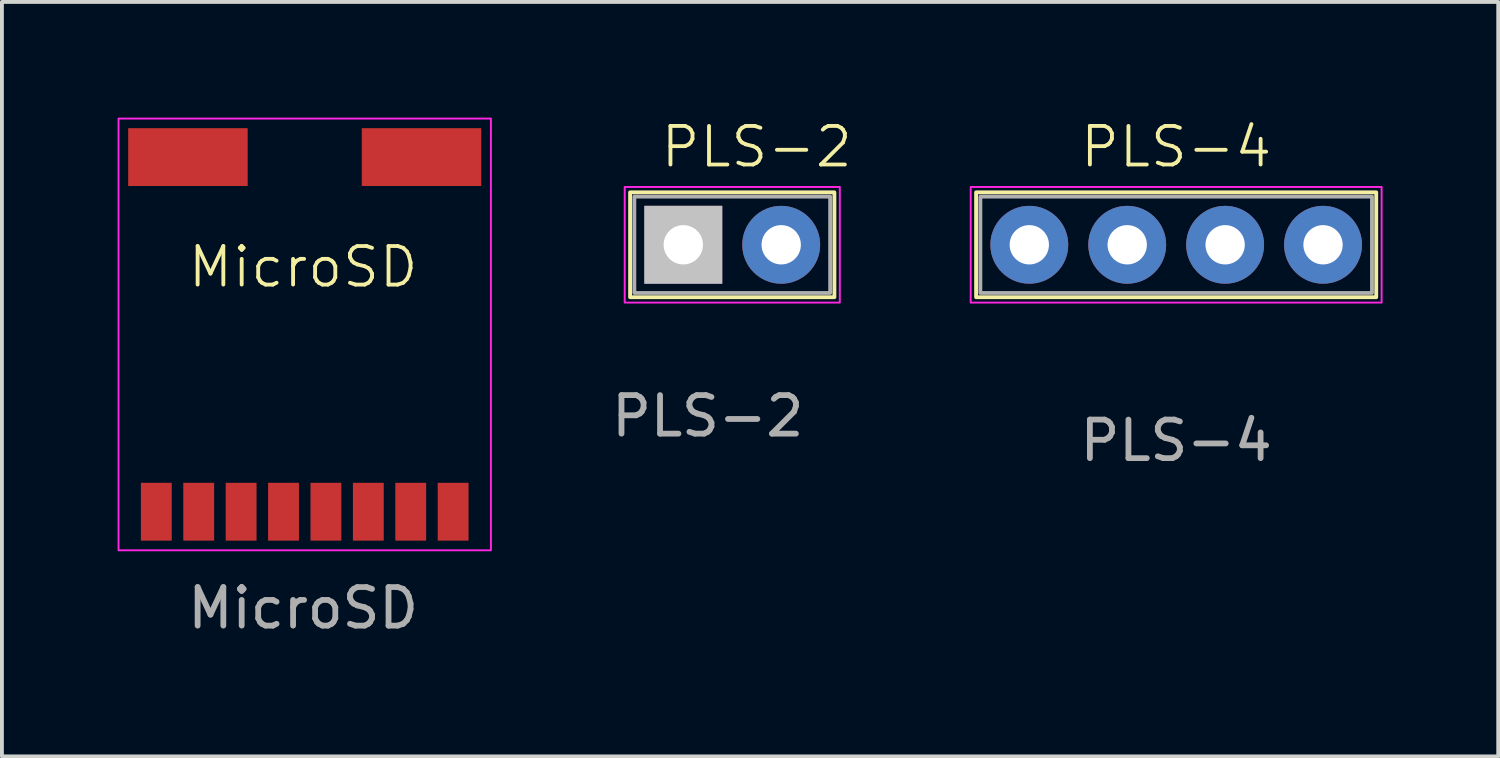
<source format=kicad_pcb>
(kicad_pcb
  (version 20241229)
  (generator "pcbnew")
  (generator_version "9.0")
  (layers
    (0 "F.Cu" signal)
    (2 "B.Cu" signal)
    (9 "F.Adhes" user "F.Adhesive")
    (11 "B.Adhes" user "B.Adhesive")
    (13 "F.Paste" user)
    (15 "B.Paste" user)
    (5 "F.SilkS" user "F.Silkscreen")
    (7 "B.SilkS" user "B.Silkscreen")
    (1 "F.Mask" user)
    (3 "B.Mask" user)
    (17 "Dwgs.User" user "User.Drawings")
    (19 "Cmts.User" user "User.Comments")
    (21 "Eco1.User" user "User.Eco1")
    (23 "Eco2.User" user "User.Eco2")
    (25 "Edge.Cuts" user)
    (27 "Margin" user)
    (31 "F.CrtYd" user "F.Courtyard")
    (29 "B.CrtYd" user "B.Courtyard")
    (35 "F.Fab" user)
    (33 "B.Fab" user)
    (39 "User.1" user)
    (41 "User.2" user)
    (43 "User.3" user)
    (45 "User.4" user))
  (footprint "PLS-2"
    (layer "F.Cu")
    (at 14.676 3.3)
    (property "Reference" "PLS-2" (at 1.905 -2.54 0) (unlocked yes) (layer "F.SilkS") (effects (font (size 1 1) (thickness 0.1))))
    (attr smd)
    (fp_rect (start -1.38 -1.36) (end 3.92 1.36) (stroke (width 0.1) (type solid)) (fill no) (layer "F.SilkS"))
    (fp_rect (start -1.52 -1.5) (end 4.06 1.5) (stroke (width 0.05) (type solid)) (fill no) (layer "F.CrtYd"))
    (fp_rect (start -1.27 -1.25) (end 3.81 1.25) (stroke (width 0.1) (type solid)) (fill no) (layer "F.Fab"))
    (fp_text user "${REFERENCE}" (at 0.635 4.445 0) (unlocked yes) (layer "F.Fab") (effects (font (size 1 1) (thickness 0.15))))
    (pad "1" thru_hole rect (at 0 0) (size 2.02 2.02) (drill 1.02) (layers "*.Cu" "*.Mask" "Dwgs.User"))
    (pad "2" thru_hole circle (at 2.54 0) (size 2.02 2.02) (drill 1.02) (layers "*.Cu" "*.Mask")))
  (footprint "PLS-4"
    (layer "F.Cu")
    (at 23.652 3.3)
    (property "Reference" "PLS-4" (at 3.81 -2.54 0) (unlocked yes) (layer "F.SilkS") (effects (font (size 1 1) (thickness 0.1))))
    (attr through_hole)
    (fp_rect (start -1.38 -1.36) (end 9 1.36) (stroke (width 0.1) (type solid)) (fill no) (layer "F.SilkS"))
    (fp_rect (start -1.52 -1.5) (end 9.14 1.5) (stroke (width 0.05) (type solid)) (fill no) (layer "F.CrtYd"))
    (fp_rect (start -1.27 -1.25) (end 8.89 1.25) (stroke (width 0.1) (type solid)) (fill no) (layer "F.Fab"))
    (fp_text user "${REFERENCE}" (at 3.81 5.08 0) (unlocked yes) (layer "F.Fab") (effects (font (size 1 1) (thickness 0.15))))
    (pad "1" thru_hole circle (at 0 0) (size 2.02 2.02) (drill 1.02) (layers "*.Cu" "*.Mask"))
    (pad "2" thru_hole circle (at 2.54 0) (size 2.02 2.02) (drill 1.02) (layers "*.Cu" "*.Mask"))
    (pad "3" thru_hole circle (at 5.08 0) (size 2.02 2.02) (drill 1.02) (layers "*.Cu" "*.Mask"))
    (pad "4" thru_hole circle (at 7.62 0) (size 2.02 2.02) (drill 1.02) (layers "*.Cu" "*.Mask")))
  (footprint "MicroSD"
    (layer "F.Cu")
    (at 1.005 10.225)
    (property "Reference" "MicroSD" (at 3.81 -6.35 0) (unlocked yes) (layer "F.SilkS") (effects (font (size 1 1) (thickness 0.1))))
    (attr smd)
    (fp_rect (start -0.98 -10.2) (end 8.68 1) (stroke (width 0.05) (type default)) (fill no) (layer "F.CrtYd"))
    (fp_text user "${REFERENCE}" (at 3.81 2.5 0) (unlocked yes) (layer "F.Fab") (effects (font (size 1 1) (thickness 0.15))))
    (pad "1" smd rect (at 0 0) (size 0.8 1.5) (layers "F.Cu" "F.Mask" "F.Paste"))
    (pad "2" smd rect (at 1.1 0) (size 0.8 1.5) (layers "F.Cu" "F.Mask" "F.Paste"))
    (pad "3" smd rect (at 2.2 0) (size 0.8 1.5) (layers "F.Cu" "F.Mask" "F.Paste"))
    (pad "4" smd rect (at 3.3 0) (size 0.8 1.5) (layers "F.Cu" "F.Mask" "F.Paste"))
    (pad "5" smd rect (at 4.4 0) (size 0.8 1.5) (layers "F.Cu" "F.Mask" "F.Paste"))
    (pad "6" smd rect (at 5.5 0) (size 0.8 1.5) (layers "F.Cu" "F.Mask" "F.Paste"))
    (pad "7" smd rect (at 6.6 0) (size 0.8 1.5) (layers "F.Cu" "F.Mask" "F.Paste"))
    (pad "8" smd rect (at 7.7 0) (size 0.8 1.5) (layers "F.Cu" "F.Mask" "F.Paste"))
    (pad "9" smd rect (at 6.88 -9.2) (size 3.1 1.5) (layers "F.Cu" "F.Mask" "F.Paste"))
    (pad "10" smd rect (at 0.82 -9.2) (size 3.1 1.5) (layers "F.Cu" "F.Mask" "F.Paste")))
  (gr_rect
    (start -3 -3)
    (end 35.817 16.573)
    (stroke (width 0.1) (type default))
    (fill no)
    (layer "Edge.Cuts")))
</source>
